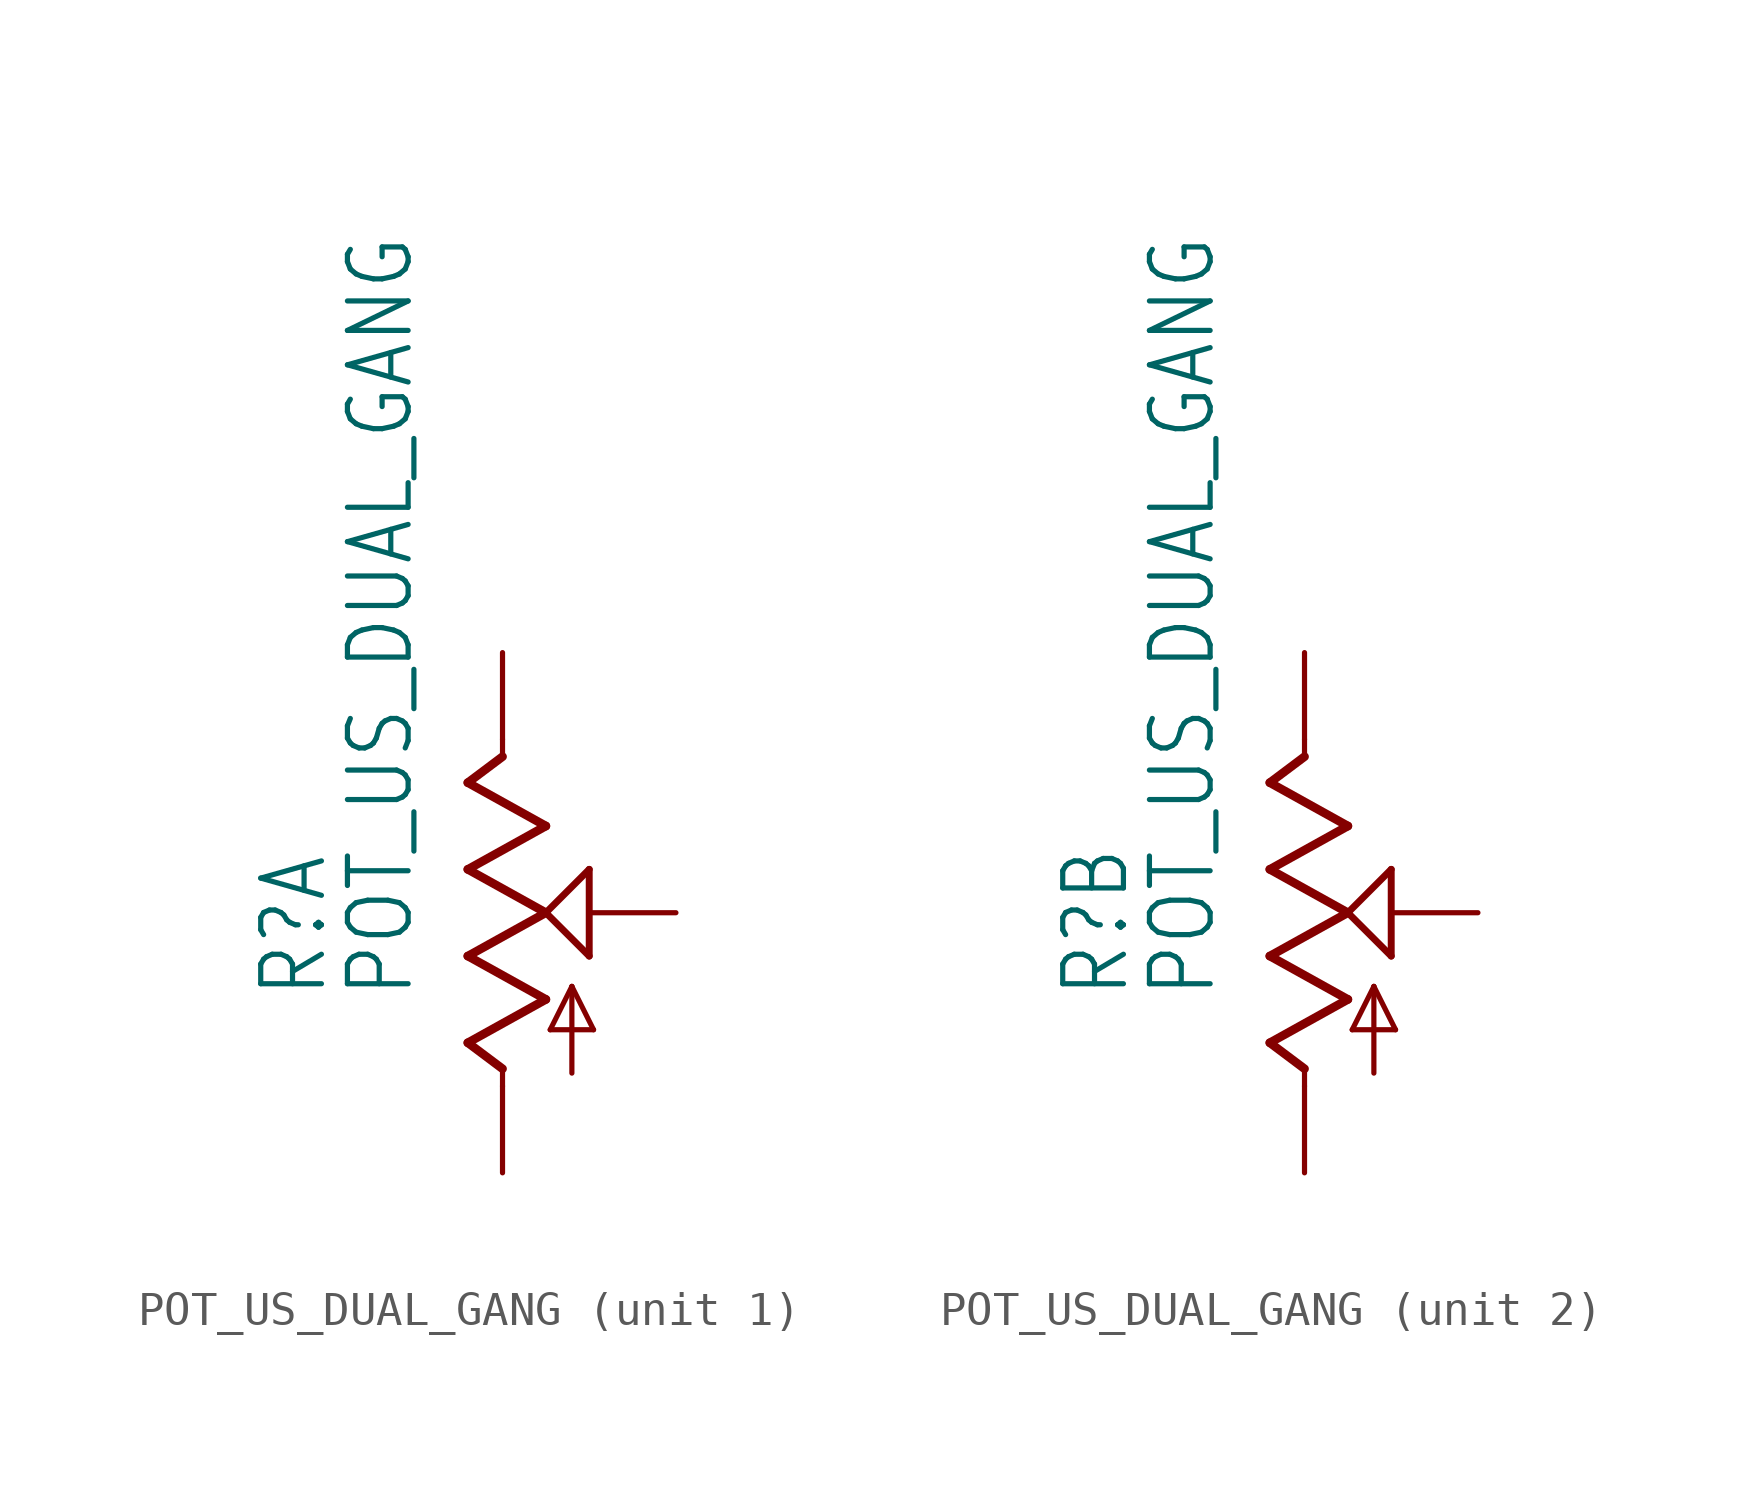
<source format=kicad_sym>
(kicad_symbol_lib
  (version 20211014)
  (generator kicad_symbol_editor)
  (symbol "POT_US_DUAL_GANG"
    (property "Reference" "R"
      (at -5.08 -2.54 90)
      (effects (font (size 1.778 1.511)) (justify left bottom)))
    (property "Value" "POT_US_DUAL_GANG"
      (at -2.54 -2.54 90)
      (effects (font (size 1.778 1.511)) (justify left bottom)))
    (property "ki_locked" ""
      (at 0 0 0)
      (effects (font (size 1.27 1.27))))
    (symbol "POT_US_DUAL_GANG_1_0"
      (polyline (pts (xy -1.016 -3.81) (xy 1.27 -2.54)) (stroke (width 0.254) (type default) (color 0 0 0 0)) (fill (type none)))
      (polyline (pts (xy -1.016 -1.27) (xy 1.27 0)) (stroke (width 0.254) (type default) (color 0 0 0 0)) (fill (type none)))
      (polyline (pts (xy -1.016 1.27) (xy 1.27 2.54)) (stroke (width 0.254) (type default) (color 0 0 0 0)) (fill (type none)))
      (polyline (pts (xy -1.016 3.81) (xy 0 4.572)) (stroke (width 0.254) (type default) (color 0 0 0 0)) (fill (type none)))
      (polyline (pts (xy 0 -5.08) (xy 0 -4.572)) (stroke (width 0.152) (type default) (color 0 0 0 0)) (fill (type none)))
      (polyline (pts (xy 0 -4.572) (xy -1.016 -3.81)) (stroke (width 0.254) (type default) (color 0 0 0 0)) (fill (type none)))
      (polyline (pts (xy 0 4.572) (xy 0 5.08)) (stroke (width 0.152) (type default) (color 0 0 0 0)) (fill (type none)))
      (polyline (pts (xy 1.27 -2.54) (xy -1.016 -1.27)) (stroke (width 0.254) (type default) (color 0 0 0 0)) (fill (type none)))
      (polyline (pts (xy 1.27 0) (xy -1.016 1.27)) (stroke (width 0.254) (type default) (color 0 0 0 0)) (fill (type none)))
      (polyline (pts (xy 1.27 0) (xy 2.54 1.27)) (stroke (width 0.203) (type default) (color 0 0 0 0)) (fill (type none)))
      (polyline (pts (xy 1.27 2.54) (xy -1.016 3.81)) (stroke (width 0.254) (type default) (color 0 0 0 0)) (fill (type none)))
      (polyline (pts (xy 1.397 -3.429) (xy 2.032 -2.159)) (stroke (width 0.152) (type default) (color 0 0 0 0)) (fill (type none)))
      (polyline (pts (xy 2.032 -4.699) (xy 2.032 -2.159)) (stroke (width 0.152) (type default) (color 0 0 0 0)) (fill (type none)))
      (polyline (pts (xy 2.032 -2.159) (xy 2.667 -3.429)) (stroke (width 0.152) (type default) (color 0 0 0 0)) (fill (type none)))
      (polyline (pts (xy 2.54 -1.27) (xy 1.27 0)) (stroke (width 0.203) (type default) (color 0 0 0 0)) (fill (type none)))
      (polyline (pts (xy 2.54 1.27) (xy 2.54 -1.27)) (stroke (width 0.203) (type default) (color 0 0 0 0)) (fill (type none)))
      (polyline (pts (xy 2.667 -3.429) (xy 1.397 -3.429)) (stroke (width 0.152) (type default) (color 0 0 0 0)) (fill (type none)))
      (pin passive line (at 0 -7.62 90) (length 2.54) (name "A" (effects (font (size 0 0)))) (number "1P" (effects (font (size 0 0)))))
      (pin passive line (at 5.08 0 180) (length 2.54) (name "S" (effects (font (size 0 0)))) (number "2P" (effects (font (size 0 0)))))
      (pin passive line (at 0 7.62 270) (length 2.54) (name "E" (effects (font (size 0 0)))) (number "3P" (effects (font (size 0 0))))))
    (symbol "POT_US_DUAL_GANG_2_0"
      (polyline (pts (xy -1.016 -3.81) (xy 1.27 -2.54)) (stroke (width 0.254) (type default) (color 0 0 0 0)) (fill (type none)))
      (polyline (pts (xy -1.016 -1.27) (xy 1.27 0)) (stroke (width 0.254) (type default) (color 0 0 0 0)) (fill (type none)))
      (polyline (pts (xy -1.016 1.27) (xy 1.27 2.54)) (stroke (width 0.254) (type default) (color 0 0 0 0)) (fill (type none)))
      (polyline (pts (xy -1.016 3.81) (xy 0 4.572)) (stroke (width 0.254) (type default) (color 0 0 0 0)) (fill (type none)))
      (polyline (pts (xy 0 -5.08) (xy 0 -4.572)) (stroke (width 0.152) (type default) (color 0 0 0 0)) (fill (type none)))
      (polyline (pts (xy 0 -4.572) (xy -1.016 -3.81)) (stroke (width 0.254) (type default) (color 0 0 0 0)) (fill (type none)))
      (polyline (pts (xy 0 4.572) (xy 0 5.08)) (stroke (width 0.152) (type default) (color 0 0 0 0)) (fill (type none)))
      (polyline (pts (xy 1.27 -2.54) (xy -1.016 -1.27)) (stroke (width 0.254) (type default) (color 0 0 0 0)) (fill (type none)))
      (polyline (pts (xy 1.27 0) (xy -1.016 1.27)) (stroke (width 0.254) (type default) (color 0 0 0 0)) (fill (type none)))
      (polyline (pts (xy 1.27 0) (xy 2.54 1.27)) (stroke (width 0.203) (type default) (color 0 0 0 0)) (fill (type none)))
      (polyline (pts (xy 1.27 2.54) (xy -1.016 3.81)) (stroke (width 0.254) (type default) (color 0 0 0 0)) (fill (type none)))
      (polyline (pts (xy 1.397 -3.429) (xy 2.032 -2.159)) (stroke (width 0.152) (type default) (color 0 0 0 0)) (fill (type none)))
      (polyline (pts (xy 2.032 -4.699) (xy 2.032 -2.159)) (stroke (width 0.152) (type default) (color 0 0 0 0)) (fill (type none)))
      (polyline (pts (xy 2.032 -2.159) (xy 2.667 -3.429)) (stroke (width 0.152) (type default) (color 0 0 0 0)) (fill (type none)))
      (polyline (pts (xy 2.54 -1.27) (xy 1.27 0)) (stroke (width 0.203) (type default) (color 0 0 0 0)) (fill (type none)))
      (polyline (pts (xy 2.54 1.27) (xy 2.54 -1.27)) (stroke (width 0.203) (type default) (color 0 0 0 0)) (fill (type none)))
      (polyline (pts (xy 2.667 -3.429) (xy 1.397 -3.429)) (stroke (width 0.152) (type default) (color 0 0 0 0)) (fill (type none)))
      (pin passive line (at 0 -7.62 90) (length 2.54) (name "A" (effects (font (size 0 0)))) (number "1" (effects (font (size 0 0)))))
      (pin passive line (at 5.08 0 180) (length 2.54) (name "S" (effects (font (size 0 0)))) (number "2" (effects (font (size 0 0)))))
      (pin passive line (at 0 7.62 270) (length 2.54) (name "E" (effects (font (size 0 0)))) (number "3" (effects (font (size 0 0))))))))
</source>
